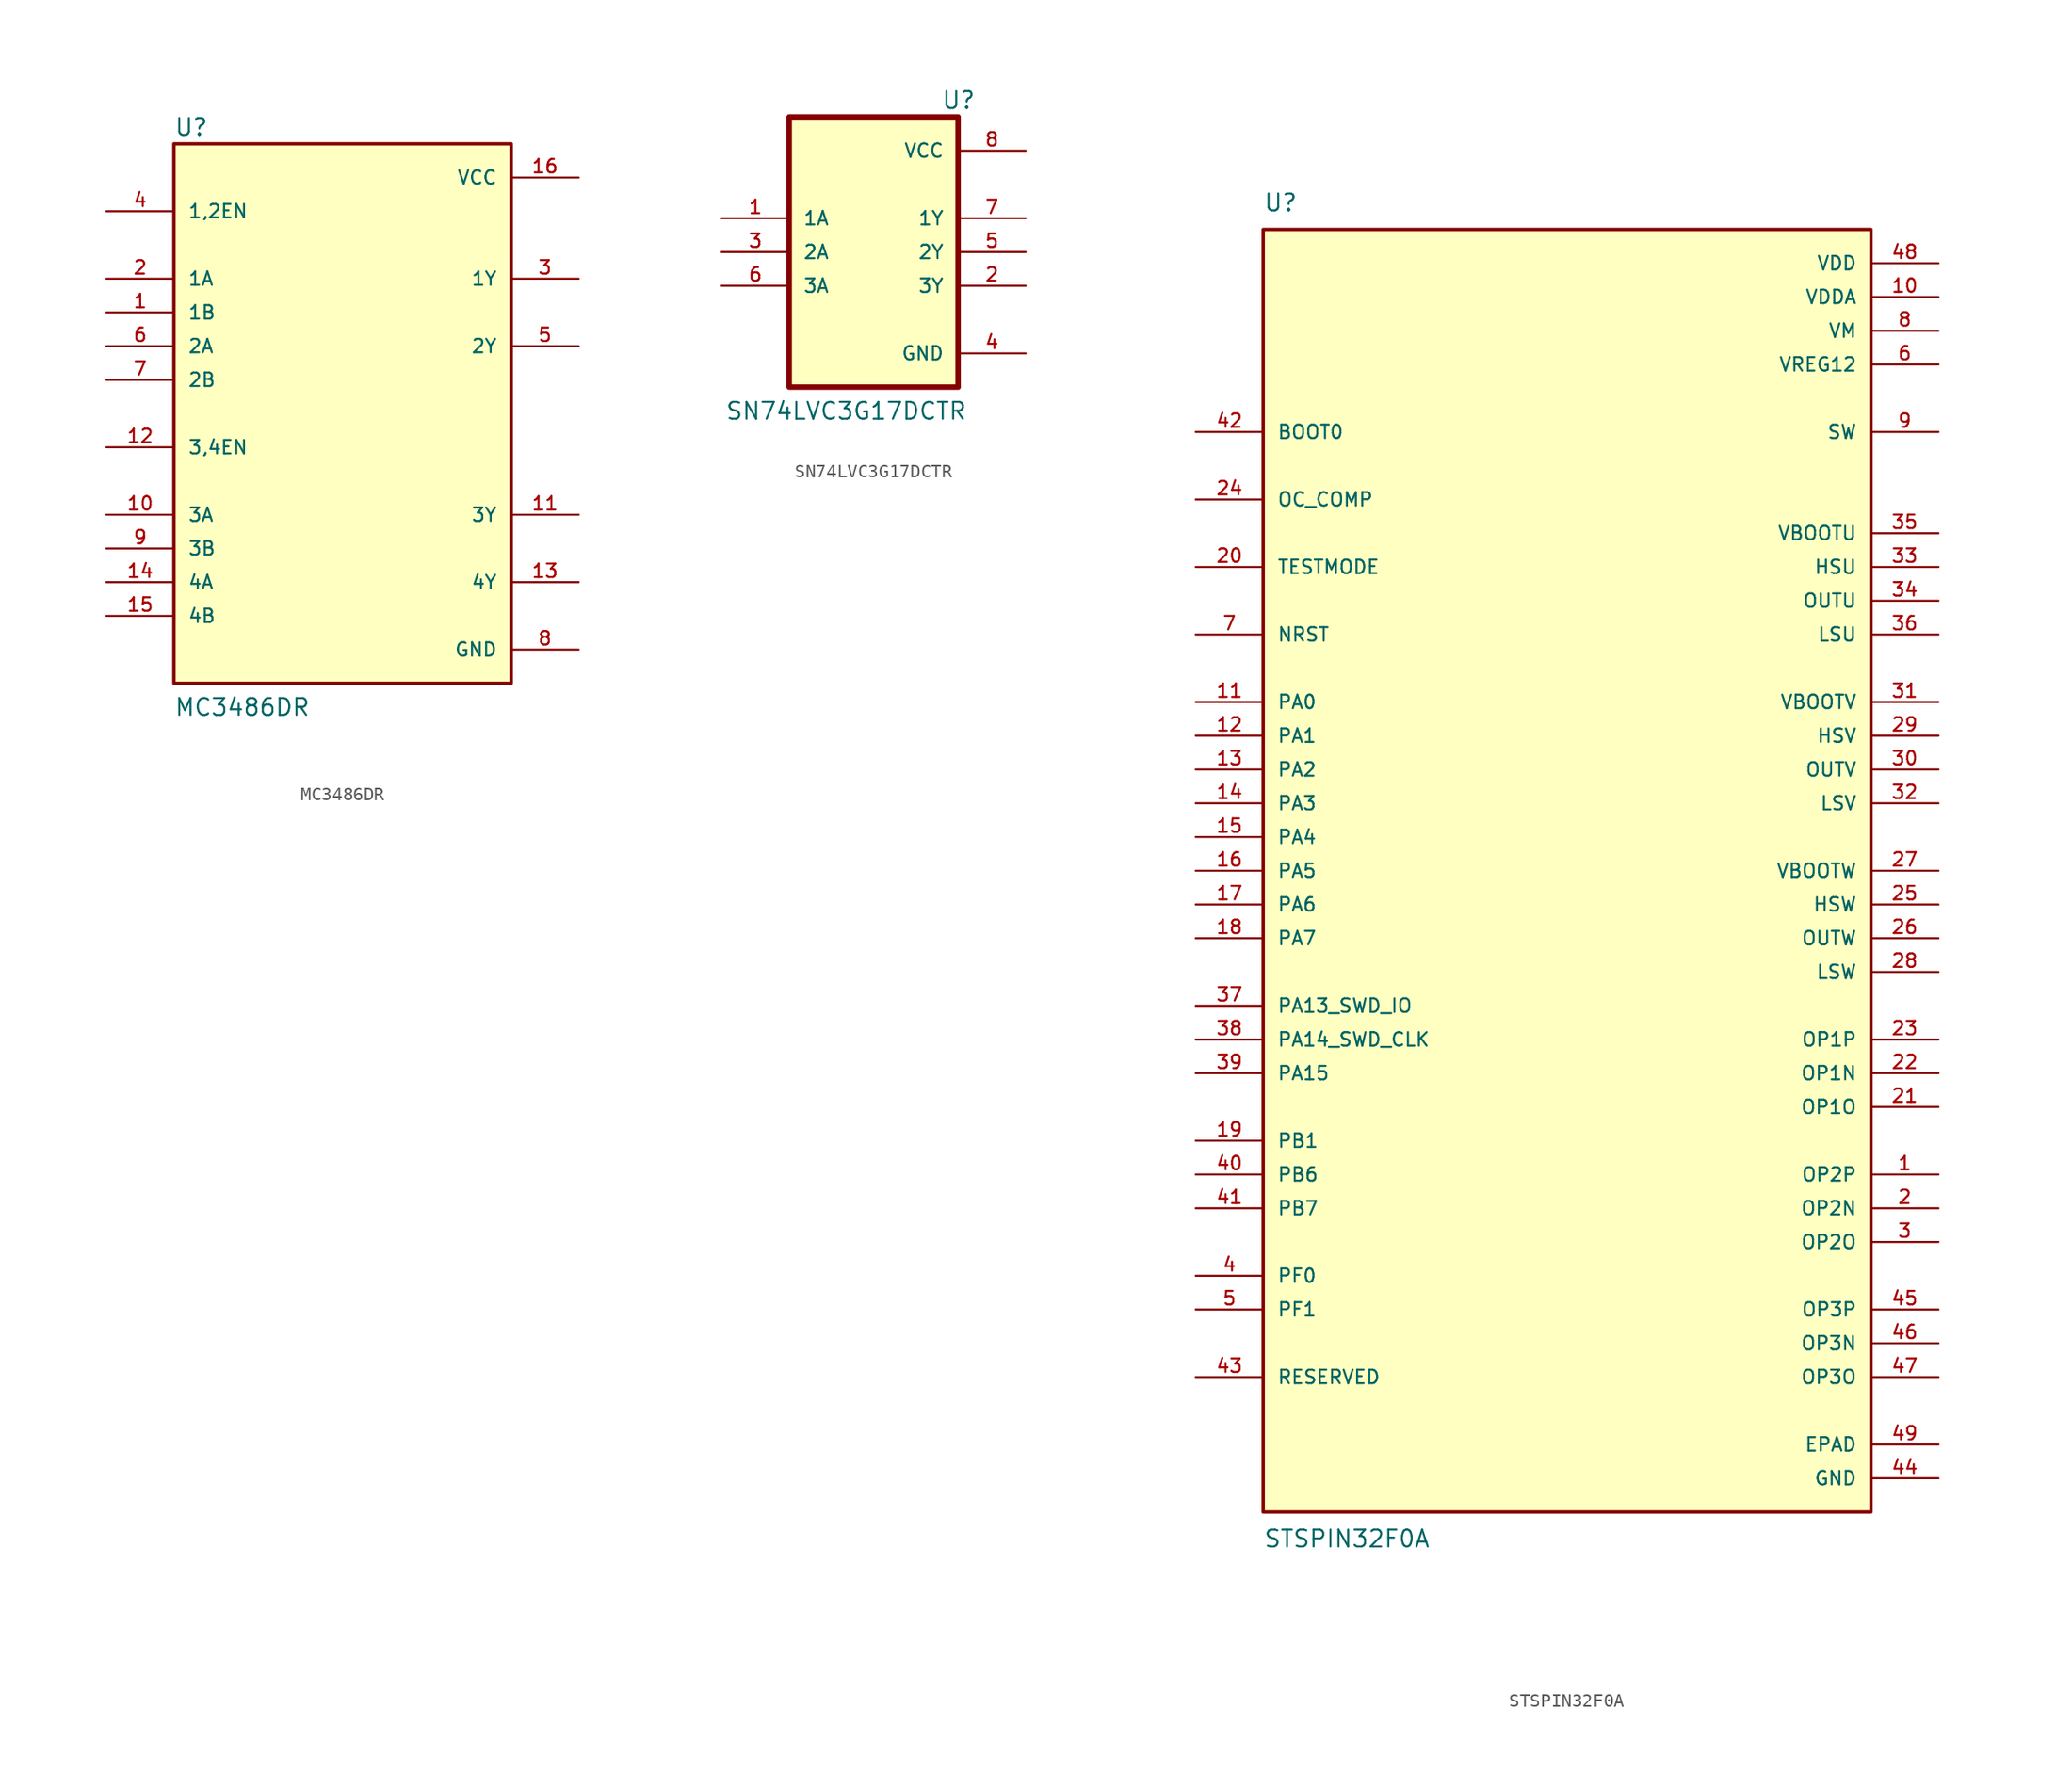
<source format=kicad_sym>
(kicad_symbol_lib
  (version 20231120)
  (generator "kicad_symbol_editor")
  (generator_version "8.0")
  (symbol "MC3486DR"
    (pin_names
      (offset 1.016))
    (property "Reference" "U"
      (at -12.7 20.828 0)
      (effects (font (size 1.27 1.27)) (justify left bottom)))
    (property "Value" "MC3486DR"
      (at -12.7 -22.86 0)
      (effects (font (size 1.27 1.27)) (justify left bottom)))
    (symbol "MC3486DR_0_0"
      (rectangle (start -12.7 20.32) (end 12.7 -20.32) (stroke (width 0.254) (type default)) (fill (type background)))
      (pin input line (at -17.78 7.62 0) (length 5.08) (name "1B" (effects (font (size 1.016 1.016)))) (number "1" (effects (font (size 1.016 1.016)))))
      (pin input line (at -17.78 -7.62 0) (length 5.08) (name "3A" (effects (font (size 1.016 1.016)))) (number "10" (effects (font (size 1.016 1.016)))))
      (pin output line (at 17.78 -7.62 180) (length 5.08) (name "3Y" (effects (font (size 1.016 1.016)))) (number "11" (effects (font (size 1.016 1.016)))))
      (pin input line (at -17.78 -2.54 0) (length 5.08) (name "3,4EN" (effects (font (size 1.016 1.016)))) (number "12" (effects (font (size 1.016 1.016)))))
      (pin output line (at 17.78 -12.7 180) (length 5.08) (name "4Y" (effects (font (size 1.016 1.016)))) (number "13" (effects (font (size 1.016 1.016)))))
      (pin input line (at -17.78 -12.7 0) (length 5.08) (name "4A" (effects (font (size 1.016 1.016)))) (number "14" (effects (font (size 1.016 1.016)))))
      (pin input line (at -17.78 -15.24 0) (length 5.08) (name "4B" (effects (font (size 1.016 1.016)))) (number "15" (effects (font (size 1.016 1.016)))))
      (pin power_in line (at 17.78 17.78 180) (length 5.08) (name "VCC" (effects (font (size 1.016 1.016)))) (number "16" (effects (font (size 1.016 1.016)))))
      (pin input line (at -17.78 10.16 0) (length 5.08) (name "1A" (effects (font (size 1.016 1.016)))) (number "2" (effects (font (size 1.016 1.016)))))
      (pin output line (at 17.78 10.16 180) (length 5.08) (name "1Y" (effects (font (size 1.016 1.016)))) (number "3" (effects (font (size 1.016 1.016)))))
      (pin input line (at -17.78 15.24 0) (length 5.08) (name "1,2EN" (effects (font (size 1.016 1.016)))) (number "4" (effects (font (size 1.016 1.016)))))
      (pin output line (at 17.78 5.08 180) (length 5.08) (name "2Y" (effects (font (size 1.016 1.016)))) (number "5" (effects (font (size 1.016 1.016)))))
      (pin input line (at -17.78 5.08 0) (length 5.08) (name "2A" (effects (font (size 1.016 1.016)))) (number "6" (effects (font (size 1.016 1.016)))))
      (pin input line (at -17.78 2.54 0) (length 5.08) (name "2B" (effects (font (size 1.016 1.016)))) (number "7" (effects (font (size 1.016 1.016)))))
      (pin power_in line (at 17.78 -17.78 180) (length 5.08) (name "GND" (effects (font (size 1.016 1.016)))) (number "8" (effects (font (size 1.016 1.016)))))
      (pin input line (at -17.78 -10.16 0) (length 5.08) (name "3B" (effects (font (size 1.016 1.016)))) (number "9" (effects (font (size 1.016 1.016)))))))
  (symbol "SN74LVC3G17DCTR"
    (pin_names
      (offset 1.016))
    (property "Reference" "U"
      (at 11.43 10.668 0)
      (effects (font (size 1.27 1.27)) (justify left bottom)))
    (property "Value" "SN74LVC3G17DCTR"
      (at -4.826 -12.7 0)
      (effects (font (size 1.27 1.27)) (justify left bottom)))
    (symbol "SN74LVC3G17DCTR_0_0"
      (rectangle (start 0 10.16) (end 12.7 -10.16) (stroke (width 0.41) (type default)) (fill (type background)))
      (pin input line (at -5.08 2.54 0) (length 5.08) (name "1A" (effects (font (size 1.016 1.016)))) (number "1" (effects (font (size 1.016 1.016)))))
      (pin output line (at 17.78 -2.54 180) (length 5.08) (name "3Y" (effects (font (size 1.016 1.016)))) (number "2" (effects (font (size 1.016 1.016)))))
      (pin input line (at -5.08 0 0) (length 5.08) (name "2A" (effects (font (size 1.016 1.016)))) (number "3" (effects (font (size 1.016 1.016)))))
      (pin power_in line (at 17.78 -7.62 180) (length 5.08) (name "GND" (effects (font (size 1.016 1.016)))) (number "4" (effects (font (size 1.016 1.016)))))
      (pin output line (at 17.78 0 180) (length 5.08) (name "2Y" (effects (font (size 1.016 1.016)))) (number "5" (effects (font (size 1.016 1.016)))))
      (pin input line (at -5.08 -2.54 0) (length 5.08) (name "3A" (effects (font (size 1.016 1.016)))) (number "6" (effects (font (size 1.016 1.016)))))
      (pin output line (at 17.78 2.54 180) (length 5.08) (name "1Y" (effects (font (size 1.016 1.016)))) (number "7" (effects (font (size 1.016 1.016)))))
      (pin power_in line (at 17.78 7.62 180) (length 5.08) (name "VCC" (effects (font (size 1.016 1.016)))) (number "8" (effects (font (size 1.016 1.016)))))))
  (symbol "STSPIN32F0A"
    (pin_names
      (offset 1.016))
    (property "Reference" "U"
      (at -22.86 49.53 0)
      (effects (font (size 1.27 1.27)) (justify left bottom)))
    (property "Value" "STSPIN32F0A"
      (at -22.86 -49.53 0)
      (effects (font (size 1.27 1.27)) (justify left top)))
    (symbol "STSPIN32F0A_0_0"
      (rectangle (start -22.86 -48.26) (end 22.86 48.26) (stroke (width 0.254) (type default)) (fill (type background)))
      (pin input line (at 27.94 -22.86 180) (length 5.08) (name "OP2P" (effects (font (size 1.016 1.016)))) (number "1" (effects (font (size 1.016 1.016)))))
      (pin power_in line (at 27.94 43.18 180) (length 5.08) (name "VDDA" (effects (font (size 1.016 1.016)))) (number "10" (effects (font (size 1.016 1.016)))))
      (pin bidirectional line (at -27.94 12.7 0) (length 5.08) (name "PA0" (effects (font (size 1.016 1.016)))) (number "11" (effects (font (size 1.016 1.016)))))
      (pin bidirectional line (at -27.94 10.16 0) (length 5.08) (name "PA1" (effects (font (size 1.016 1.016)))) (number "12" (effects (font (size 1.016 1.016)))))
      (pin bidirectional line (at -27.94 7.62 0) (length 5.08) (name "PA2" (effects (font (size 1.016 1.016)))) (number "13" (effects (font (size 1.016 1.016)))))
      (pin bidirectional line (at -27.94 5.08 0) (length 5.08) (name "PA3" (effects (font (size 1.016 1.016)))) (number "14" (effects (font (size 1.016 1.016)))))
      (pin bidirectional line (at -27.94 2.54 0) (length 5.08) (name "PA4" (effects (font (size 1.016 1.016)))) (number "15" (effects (font (size 1.016 1.016)))))
      (pin bidirectional line (at -27.94 0 0) (length 5.08) (name "PA5" (effects (font (size 1.016 1.016)))) (number "16" (effects (font (size 1.016 1.016)))))
      (pin bidirectional line (at -27.94 -2.54 0) (length 5.08) (name "PA6" (effects (font (size 1.016 1.016)))) (number "17" (effects (font (size 1.016 1.016)))))
      (pin bidirectional line (at -27.94 -5.08 0) (length 5.08) (name "PA7" (effects (font (size 1.016 1.016)))) (number "18" (effects (font (size 1.016 1.016)))))
      (pin bidirectional line (at -27.94 -20.32 0) (length 5.08) (name "PB1" (effects (font (size 1.016 1.016)))) (number "19" (effects (font (size 1.016 1.016)))))
      (pin input line (at 27.94 -25.4 180) (length 5.08) (name "OP2N" (effects (font (size 1.016 1.016)))) (number "2" (effects (font (size 1.016 1.016)))))
      (pin input line (at -27.94 22.86 0) (length 5.08) (name "TESTMODE" (effects (font (size 1.016 1.016)))) (number "20" (effects (font (size 1.016 1.016)))))
      (pin output line (at 27.94 -17.78 180) (length 5.08) (name "OP1O" (effects (font (size 1.016 1.016)))) (number "21" (effects (font (size 1.016 1.016)))))
      (pin input line (at 27.94 -15.24 180) (length 5.08) (name "OP1N" (effects (font (size 1.016 1.016)))) (number "22" (effects (font (size 1.016 1.016)))))
      (pin input line (at 27.94 -12.7 180) (length 5.08) (name "OP1P" (effects (font (size 1.016 1.016)))) (number "23" (effects (font (size 1.016 1.016)))))
      (pin input line (at -27.94 27.94 0) (length 5.08) (name "OC_COMP" (effects (font (size 1.016 1.016)))) (number "24" (effects (font (size 1.016 1.016)))))
      (pin output line (at 27.94 -2.54 180) (length 5.08) (name "HSW" (effects (font (size 1.016 1.016)))) (number "25" (effects (font (size 1.016 1.016)))))
      (pin output line (at 27.94 -5.08 180) (length 5.08) (name "OUTW" (effects (font (size 1.016 1.016)))) (number "26" (effects (font (size 1.016 1.016)))))
      (pin power_in line (at 27.94 0 180) (length 5.08) (name "VBOOTW" (effects (font (size 1.016 1.016)))) (number "27" (effects (font (size 1.016 1.016)))))
      (pin output line (at 27.94 -7.62 180) (length 5.08) (name "LSW" (effects (font (size 1.016 1.016)))) (number "28" (effects (font (size 1.016 1.016)))))
      (pin output line (at 27.94 10.16 180) (length 5.08) (name "HSV" (effects (font (size 1.016 1.016)))) (number "29" (effects (font (size 1.016 1.016)))))
      (pin output line (at 27.94 -27.94 180) (length 5.08) (name "OP2O" (effects (font (size 1.016 1.016)))) (number "3" (effects (font (size 1.016 1.016)))))
      (pin output line (at 27.94 7.62 180) (length 5.08) (name "OUTV" (effects (font (size 1.016 1.016)))) (number "30" (effects (font (size 1.016 1.016)))))
      (pin power_in line (at 27.94 12.7 180) (length 5.08) (name "VBOOTV" (effects (font (size 1.016 1.016)))) (number "31" (effects (font (size 1.016 1.016)))))
      (pin output line (at 27.94 5.08 180) (length 5.08) (name "LSV" (effects (font (size 1.016 1.016)))) (number "32" (effects (font (size 1.016 1.016)))))
      (pin output line (at 27.94 22.86 180) (length 5.08) (name "HSU" (effects (font (size 1.016 1.016)))) (number "33" (effects (font (size 1.016 1.016)))))
      (pin output line (at 27.94 20.32 180) (length 5.08) (name "OUTU" (effects (font (size 1.016 1.016)))) (number "34" (effects (font (size 1.016 1.016)))))
      (pin power_in line (at 27.94 25.4 180) (length 5.08) (name "VBOOTU" (effects (font (size 1.016 1.016)))) (number "35" (effects (font (size 1.016 1.016)))))
      (pin output line (at 27.94 17.78 180) (length 5.08) (name "LSU" (effects (font (size 1.016 1.016)))) (number "36" (effects (font (size 1.016 1.016)))))
      (pin bidirectional line (at -27.94 -10.16 0) (length 5.08) (name "PA13_SWD_IO" (effects (font (size 1.016 1.016)))) (number "37" (effects (font (size 1.016 1.016)))))
      (pin bidirectional line (at -27.94 -12.7 0) (length 5.08) (name "PA14_SWD_CLK" (effects (font (size 1.016 1.016)))) (number "38" (effects (font (size 1.016 1.016)))))
      (pin bidirectional line (at -27.94 -15.24 0) (length 5.08) (name "PA15" (effects (font (size 1.016 1.016)))) (number "39" (effects (font (size 1.016 1.016)))))
      (pin bidirectional line (at -27.94 -30.48 0) (length 5.08) (name "PF0" (effects (font (size 1.016 1.016)))) (number "4" (effects (font (size 1.016 1.016)))))
      (pin bidirectional line (at -27.94 -22.86 0) (length 5.08) (name "PB6" (effects (font (size 1.016 1.016)))) (number "40" (effects (font (size 1.016 1.016)))))
      (pin bidirectional line (at -27.94 -25.4 0) (length 5.08) (name "PB7" (effects (font (size 1.016 1.016)))) (number "41" (effects (font (size 1.016 1.016)))))
      (pin input line (at -27.94 33.02 0) (length 5.08) (name "BOOT0" (effects (font (size 1.016 1.016)))) (number "42" (effects (font (size 1.016 1.016)))))
      (pin passive line (at -27.94 -38.1 0) (length 5.08) (name "RESERVED" (effects (font (size 1.016 1.016)))) (number "43" (effects (font (size 1.016 1.016)))))
      (pin power_in line (at 27.94 -45.72 180) (length 5.08) (name "GND" (effects (font (size 1.016 1.016)))) (number "44" (effects (font (size 1.016 1.016)))))
      (pin input line (at 27.94 -33.02 180) (length 5.08) (name "OP3P" (effects (font (size 1.016 1.016)))) (number "45" (effects (font (size 1.016 1.016)))))
      (pin input line (at 27.94 -35.56 180) (length 5.08) (name "OP3N" (effects (font (size 1.016 1.016)))) (number "46" (effects (font (size 1.016 1.016)))))
      (pin output line (at 27.94 -38.1 180) (length 5.08) (name "OP3O" (effects (font (size 1.016 1.016)))) (number "47" (effects (font (size 1.016 1.016)))))
      (pin power_in line (at 27.94 45.72 180) (length 5.08) (name "VDD" (effects (font (size 1.016 1.016)))) (number "48" (effects (font (size 1.016 1.016)))))
      (pin power_in line (at 27.94 -43.18 180) (length 5.08) (name "EPAD" (effects (font (size 1.016 1.016)))) (number "49" (effects (font (size 1.016 1.016)))))
      (pin bidirectional line (at -27.94 -33.02 0) (length 5.08) (name "PF1" (effects (font (size 1.016 1.016)))) (number "5" (effects (font (size 1.016 1.016)))))
      (pin power_in line (at 27.94 38.1 180) (length 5.08) (name "VREG12" (effects (font (size 1.016 1.016)))) (number "6" (effects (font (size 1.016 1.016)))))
      (pin bidirectional line (at -27.94 17.78 0) (length 5.08) (name "NRST" (effects (font (size 1.016 1.016)))) (number "7" (effects (font (size 1.016 1.016)))))
      (pin power_in line (at 27.94 40.64 180) (length 5.08) (name "VM" (effects (font (size 1.016 1.016)))) (number "8" (effects (font (size 1.016 1.016)))))
      (pin output line (at 27.94 33.02 180) (length 5.08) (name "SW" (effects (font (size 1.016 1.016)))) (number "9" (effects (font (size 1.016 1.016))))))))
</source>
